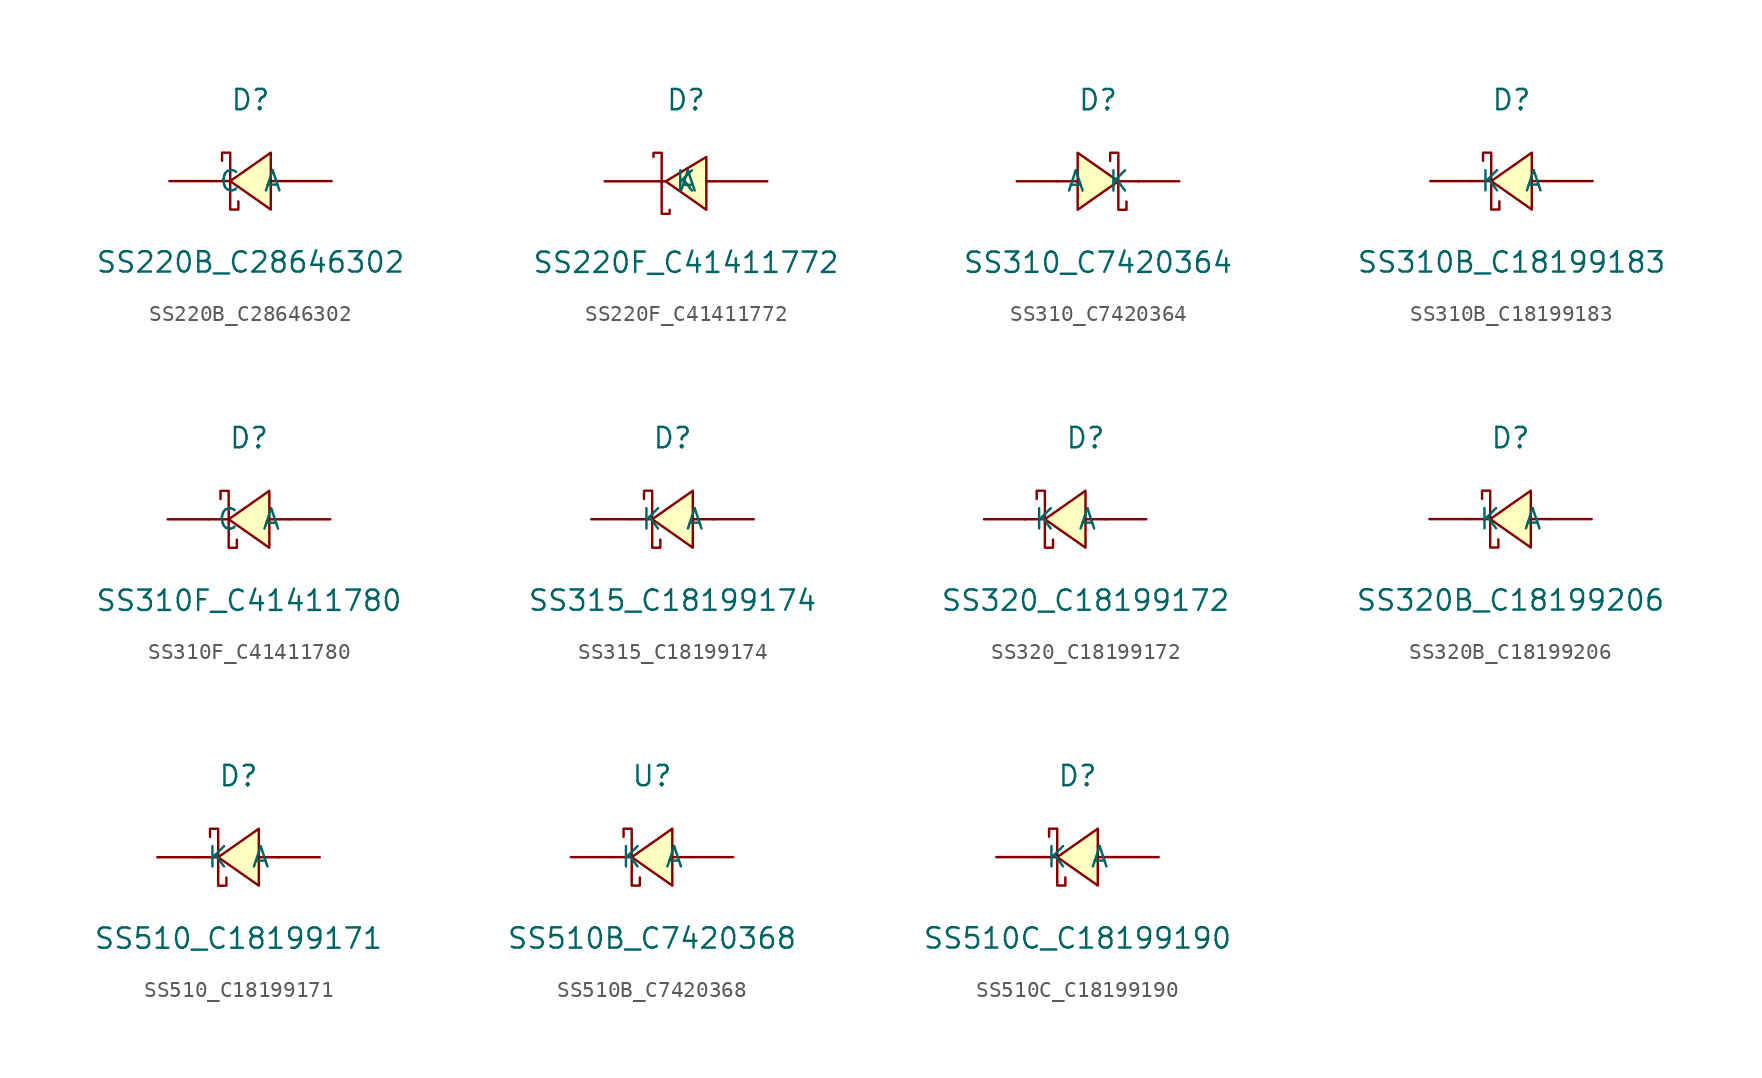
<source format=kicad_sym>
(kicad_symbol_lib
  (version 20241209)
  (generator "kicad_symbol_editor")
  (generator_version "9.0")
  (symbol "SS220B_C28646302"
    (pin_numbers
      (hide yes))
    (property "Reference" "D"
      (at 0 5.08 0)
      (effects (font (size 1.27 1.27))))
    (property "Value" "SS220B_C28646302"
      (at 0 -5.08 0)
      (effects (font (size 1.27 1.27))))
    (symbol "SS220B_C28646302_0_1"
      (polyline (pts (xy -1.78 1.27) (xy -1.78 1.78) (xy -1.27 1.78) (xy -1.27 -1.78) (xy -0.76 -1.78) (xy -0.76 -1.27)) (stroke (width 0) (type default)) (fill (type none)))
      (polyline (pts (xy -1.27 0) (xy -2.54 0)) (stroke (width 0) (type default)) (fill (type none)))
      (polyline (pts (xy 1.27 1.78) (xy -1.27 0) (xy 1.27 -1.78) (xy 1.27 1.78)) (stroke (width 0) (type default)) (fill (type background)))
      (polyline (pts (xy 2.54 0) (xy 1.27 0)) (stroke (width 0) (type default)) (fill (type none)))
      (pin unspecified line (at -5.08 0 0) (length 2.54) (name "C" (effects (font (size 1.27 1.27)))) (number "1" (effects (font (size 1.27 1.27)))))
      (pin unspecified line (at 5.08 0 180) (length 2.54) (name "A" (effects (font (size 1.27 1.27)))) (number "2" (effects (font (size 1.27 1.27)))))))
  (symbol "SS220F_C41411772"
    (pin_numbers
      (hide yes))
    (property "Reference" "D"
      (at 0 6.35 0)
      (effects (font (size 1.27 1.27))))
    (property "Value" "SS220F_C41411772"
      (at 0 -3.81 0)
      (effects (font (size 1.27 1.27))))
    (symbol "SS220F_C41411772_0_1"
      (polyline (pts (xy -2.03 2.79) (xy -2.03 3.05) (xy -1.52 3.05) (xy -1.52 -0.76) (xy -1.02 -0.76) (xy -1.02 -0.51)) (stroke (width 0) (type default)) (fill (type none)))
      (polyline (pts (xy 1.27 2.79) (xy -1.27 1.27) (xy 1.27 -0.51) (xy 1.27 2.79)) (stroke (width 0) (type default)) (fill (type background)))
      (pin unspecified line (at -5.08 1.27 0) (length 3.81) (name "K" (effects (font (size 1.27 1.27)))) (number "1" (effects (font (size 1.27 1.27)))))
      (pin unspecified line (at 5.08 1.27 180) (length 3.81) (name "A" (effects (font (size 1.27 1.27)))) (number "2" (effects (font (size 1.27 1.27)))))))
  (symbol "SS310_C7420364"
    (pin_numbers
      (hide yes))
    (property "Reference" "D"
      (at 0 5.08 0)
      (effects (font (size 1.27 1.27))))
    (property "Value" "SS310_C7420364"
      (at 0 -5.08 0)
      (effects (font (size 1.27 1.27))))
    (symbol "SS310_C7420364_0_1"
      (polyline (pts (xy -2.54 0) (xy -1.27 0)) (stroke (width 0) (type default)) (fill (type none)))
      (polyline (pts (xy -1.27 -1.78) (xy 1.27 0) (xy -1.27 1.78) (xy -1.27 -1.78)) (stroke (width 0) (type default)) (fill (type background)))
      (polyline (pts (xy 1.27 0) (xy 2.54 0)) (stroke (width 0) (type default)) (fill (type none)))
      (polyline (pts (xy 1.78 -1.27) (xy 1.78 -1.78) (xy 1.27 -1.78) (xy 1.27 1.78) (xy 0.76 1.78) (xy 0.76 1.27)) (stroke (width 0) (type default)) (fill (type none)))
      (pin unspecified line (at -5.08 0 0) (length 2.54) (name "A" (effects (font (size 1.27 1.27)))) (number "1" (effects (font (size 1.27 1.27)))))
      (pin unspecified line (at 5.08 0 180) (length 2.54) (name "K" (effects (font (size 1.27 1.27)))) (number "2" (effects (font (size 1.27 1.27)))))))
  (symbol "SS310B_C18199183"
    (pin_numbers
      (hide yes))
    (property "Reference" "D"
      (at 0 5.08 0)
      (effects (font (size 1.27 1.27))))
    (property "Value" "SS310B_C18199183"
      (at 0 -5.08 0)
      (effects (font (size 1.27 1.27))))
    (symbol "SS310B_C18199183_0_1"
      (polyline (pts (xy -1.78 1.27) (xy -1.78 1.78) (xy -1.27 1.78) (xy -1.27 -1.78) (xy -0.76 -1.78) (xy -0.76 -1.27)) (stroke (width 0) (type default)) (fill (type none)))
      (polyline (pts (xy -1.27 0) (xy -2.54 0)) (stroke (width 0) (type default)) (fill (type none)))
      (polyline (pts (xy 1.27 1.78) (xy -1.27 0) (xy 1.27 -1.78) (xy 1.27 1.78)) (stroke (width 0) (type default)) (fill (type background)))
      (polyline (pts (xy 2.54 0) (xy 1.27 0)) (stroke (width 0) (type default)) (fill (type none)))
      (pin unspecified line (at -5.08 0 0) (length 2.54) (name "K" (effects (font (size 1.27 1.27)))) (number "1" (effects (font (size 1.27 1.27)))))
      (pin unspecified line (at 5.08 0 180) (length 2.54) (name "A" (effects (font (size 1.27 1.27)))) (number "2" (effects (font (size 1.27 1.27)))))))
  (symbol "SS310F_C41411780"
    (pin_numbers
      (hide yes))
    (property "Reference" "D"
      (at 0 5.08 0)
      (effects (font (size 1.27 1.27))))
    (property "Value" "SS310F_C41411780"
      (at 0 -5.08 0)
      (effects (font (size 1.27 1.27))))
    (symbol "SS310F_C41411780_0_1"
      (polyline (pts (xy -1.78 1.27) (xy -1.78 1.78) (xy -1.27 1.78) (xy -1.27 -1.78) (xy -0.76 -1.78) (xy -0.76 -1.27)) (stroke (width 0) (type default)) (fill (type none)))
      (polyline (pts (xy -1.27 0) (xy -2.54 0)) (stroke (width 0) (type default)) (fill (type none)))
      (polyline (pts (xy 1.27 1.78) (xy -1.27 0) (xy 1.27 -1.78) (xy 1.27 1.78)) (stroke (width 0) (type default)) (fill (type background)))
      (polyline (pts (xy 2.54 0) (xy 1.27 0)) (stroke (width 0) (type default)) (fill (type none)))
      (pin unspecified line (at -5.08 0 0) (length 2.54) (name "C" (effects (font (size 1.27 1.27)))) (number "1" (effects (font (size 1.27 1.27)))))
      (pin unspecified line (at 5.08 0 180) (length 2.54) (name "A" (effects (font (size 1.27 1.27)))) (number "2" (effects (font (size 1.27 1.27)))))))
  (symbol "SS315_C18199174"
    (pin_numbers
      (hide yes))
    (property "Reference" "D"
      (at 0 5.08 0)
      (effects (font (size 1.27 1.27))))
    (property "Value" "SS315_C18199174"
      (at 0 -5.08 0)
      (effects (font (size 1.27 1.27))))
    (symbol "SS315_C18199174_0_1"
      (polyline (pts (xy -1.78 1.27) (xy -1.78 1.78) (xy -1.27 1.78) (xy -1.27 -1.78) (xy -0.76 -1.78) (xy -0.76 -1.27)) (stroke (width 0) (type default)) (fill (type none)))
      (polyline (pts (xy -1.27 0) (xy -2.54 0)) (stroke (width 0) (type default)) (fill (type none)))
      (polyline (pts (xy 1.27 1.78) (xy -1.27 0) (xy 1.27 -1.78) (xy 1.27 1.78)) (stroke (width 0) (type default)) (fill (type background)))
      (polyline (pts (xy 2.54 0) (xy 1.27 0)) (stroke (width 0) (type default)) (fill (type none)))
      (pin unspecified line (at -5.08 0 0) (length 2.54) (name "K" (effects (font (size 1.27 1.27)))) (number "1" (effects (font (size 1.27 1.27)))))
      (pin unspecified line (at 5.08 0 180) (length 2.54) (name "A" (effects (font (size 1.27 1.27)))) (number "2" (effects (font (size 1.27 1.27)))))))
  (symbol "SS320_C18199172"
    (pin_numbers
      (hide yes))
    (property "Reference" "D"
      (at 0 5.08 0)
      (effects (font (size 1.27 1.27))))
    (property "Value" "SS320_C18199172"
      (at 0 -5.08 0)
      (effects (font (size 1.27 1.27))))
    (symbol "SS320_C18199172_0_1"
      (polyline (pts (xy -3.05 1.27) (xy -3.05 1.78) (xy -2.54 1.78) (xy -2.54 -1.78) (xy -2.03 -1.78) (xy -2.03 -1.27)) (stroke (width 0) (type default)) (fill (type none)))
      (polyline (pts (xy -2.54 0) (xy -3.81 0)) (stroke (width 0) (type default)) (fill (type none)))
      (polyline (pts (xy 0 1.78) (xy -2.54 0) (xy 0 -1.78) (xy 0 1.78)) (stroke (width 0) (type default)) (fill (type background)))
      (polyline (pts (xy 1.27 0) (xy 0 0)) (stroke (width 0) (type default)) (fill (type none)))
      (pin unspecified line (at -6.35 0 0) (length 2.54) (name "K" (effects (font (size 1.27 1.27)))) (number "1" (effects (font (size 1.27 1.27)))))
      (pin unspecified line (at 3.81 0 180) (length 2.54) (name "A" (effects (font (size 1.27 1.27)))) (number "2" (effects (font (size 1.27 1.27)))))))
  (symbol "SS320B_C18199206"
    (pin_numbers
      (hide yes))
    (property "Reference" "D"
      (at 0 5.08 0)
      (effects (font (size 1.27 1.27))))
    (property "Value" "SS320B_C18199206"
      (at 0 -5.08 0)
      (effects (font (size 1.27 1.27))))
    (symbol "SS320B_C18199206_0_1"
      (polyline (pts (xy -1.78 1.27) (xy -1.78 1.78) (xy -1.27 1.78) (xy -1.27 -1.78) (xy -0.76 -1.78) (xy -0.76 -1.27)) (stroke (width 0) (type default)) (fill (type none)))
      (polyline (pts (xy -1.27 0) (xy -2.54 0)) (stroke (width 0) (type default)) (fill (type none)))
      (polyline (pts (xy 1.27 1.78) (xy -1.27 0) (xy 1.27 -1.78) (xy 1.27 1.78)) (stroke (width 0) (type default)) (fill (type background)))
      (polyline (pts (xy 2.54 0) (xy 1.27 0)) (stroke (width 0) (type default)) (fill (type none)))
      (pin unspecified line (at -5.08 0 0) (length 2.54) (name "K" (effects (font (size 1.27 1.27)))) (number "1" (effects (font (size 1.27 1.27)))))
      (pin unspecified line (at 5.08 0 180) (length 2.54) (name "A" (effects (font (size 1.27 1.27)))) (number "2" (effects (font (size 1.27 1.27)))))))
  (symbol "SS510_C18199171"
    (pin_numbers
      (hide yes))
    (property "Reference" "D"
      (at 0 5.08 0)
      (effects (font (size 1.27 1.27))))
    (property "Value" "SS510_C18199171"
      (at 0 -5.08 0)
      (effects (font (size 1.27 1.27))))
    (symbol "SS510_C18199171_0_1"
      (polyline (pts (xy -1.78 1.27) (xy -1.78 1.78) (xy -1.27 1.78) (xy -1.27 -1.78) (xy -0.76 -1.78) (xy -0.76 -1.27)) (stroke (width 0) (type default)) (fill (type none)))
      (polyline (pts (xy -1.27 0) (xy -2.54 0)) (stroke (width 0) (type default)) (fill (type none)))
      (polyline (pts (xy 1.27 1.78) (xy -1.27 0) (xy 1.27 -1.78) (xy 1.27 1.78)) (stroke (width 0) (type default)) (fill (type background)))
      (polyline (pts (xy 2.54 0) (xy 1.27 0)) (stroke (width 0) (type default)) (fill (type none)))
      (pin unspecified line (at -5.08 0 0) (length 2.54) (name "K" (effects (font (size 1.27 1.27)))) (number "1" (effects (font (size 1.27 1.27)))))
      (pin unspecified line (at 5.08 0 180) (length 2.54) (name "A" (effects (font (size 1.27 1.27)))) (number "2" (effects (font (size 1.27 1.27)))))))
  (symbol "SS510B_C7420368"
    (pin_numbers
      (hide yes))
    (property "Reference" "U"
      (at 0 5.08 0)
      (effects (font (size 1.27 1.27))))
    (property "Value" "SS510B_C7420368"
      (at 0 -5.08 0)
      (effects (font (size 1.27 1.27))))
    (symbol "SS510B_C7420368_0_1"
      (polyline (pts (xy -1.78 1.27) (xy -1.78 1.78) (xy -1.27 1.78) (xy -1.27 -1.78) (xy -0.76 -1.78) (xy -0.76 -1.27)) (stroke (width 0) (type default)) (fill (type none)))
      (polyline (pts (xy -1.27 0) (xy -2.54 0)) (stroke (width 0) (type default)) (fill (type none)))
      (polyline (pts (xy 1.27 1.78) (xy -1.27 0) (xy 1.27 -1.78) (xy 1.27 1.78)) (stroke (width 0) (type default)) (fill (type background)))
      (polyline (pts (xy 2.54 0) (xy 1.27 0)) (stroke (width 0) (type default)) (fill (type none)))
      (pin unspecified line (at -5.08 0 0) (length 2.54) (name "K" (effects (font (size 1.27 1.27)))) (number "1" (effects (font (size 1.27 1.27)))))
      (pin unspecified line (at 5.08 0 180) (length 2.54) (name "A" (effects (font (size 1.27 1.27)))) (number "2" (effects (font (size 1.27 1.27)))))))
  (symbol "SS510C_C18199190"
    (pin_numbers
      (hide yes))
    (property "Reference" "D"
      (at 0 5.08 0)
      (effects (font (size 1.27 1.27))))
    (property "Value" "SS510C_C18199190"
      (at 0 -5.08 0)
      (effects (font (size 1.27 1.27))))
    (symbol "SS510C_C18199190_0_1"
      (polyline (pts (xy -1.78 1.27) (xy -1.78 1.78) (xy -1.27 1.78) (xy -1.27 -1.78) (xy -0.76 -1.78) (xy -0.76 -1.27)) (stroke (width 0) (type default)) (fill (type none)))
      (polyline (pts (xy -1.27 0) (xy -2.54 0)) (stroke (width 0) (type default)) (fill (type none)))
      (polyline (pts (xy 1.27 1.78) (xy -1.27 0) (xy 1.27 -1.78) (xy 1.27 1.78)) (stroke (width 0) (type default)) (fill (type background)))
      (polyline (pts (xy 2.54 0) (xy 1.27 0)) (stroke (width 0) (type default)) (fill (type none)))
      (pin unspecified line (at -5.08 0 0) (length 2.54) (name "K" (effects (font (size 1.27 1.27)))) (number "1" (effects (font (size 1.27 1.27)))))
      (pin unspecified line (at 5.08 0 180) (length 2.54) (name "A" (effects (font (size 1.27 1.27)))) (number "2" (effects (font (size 1.27 1.27))))))))
</source>
